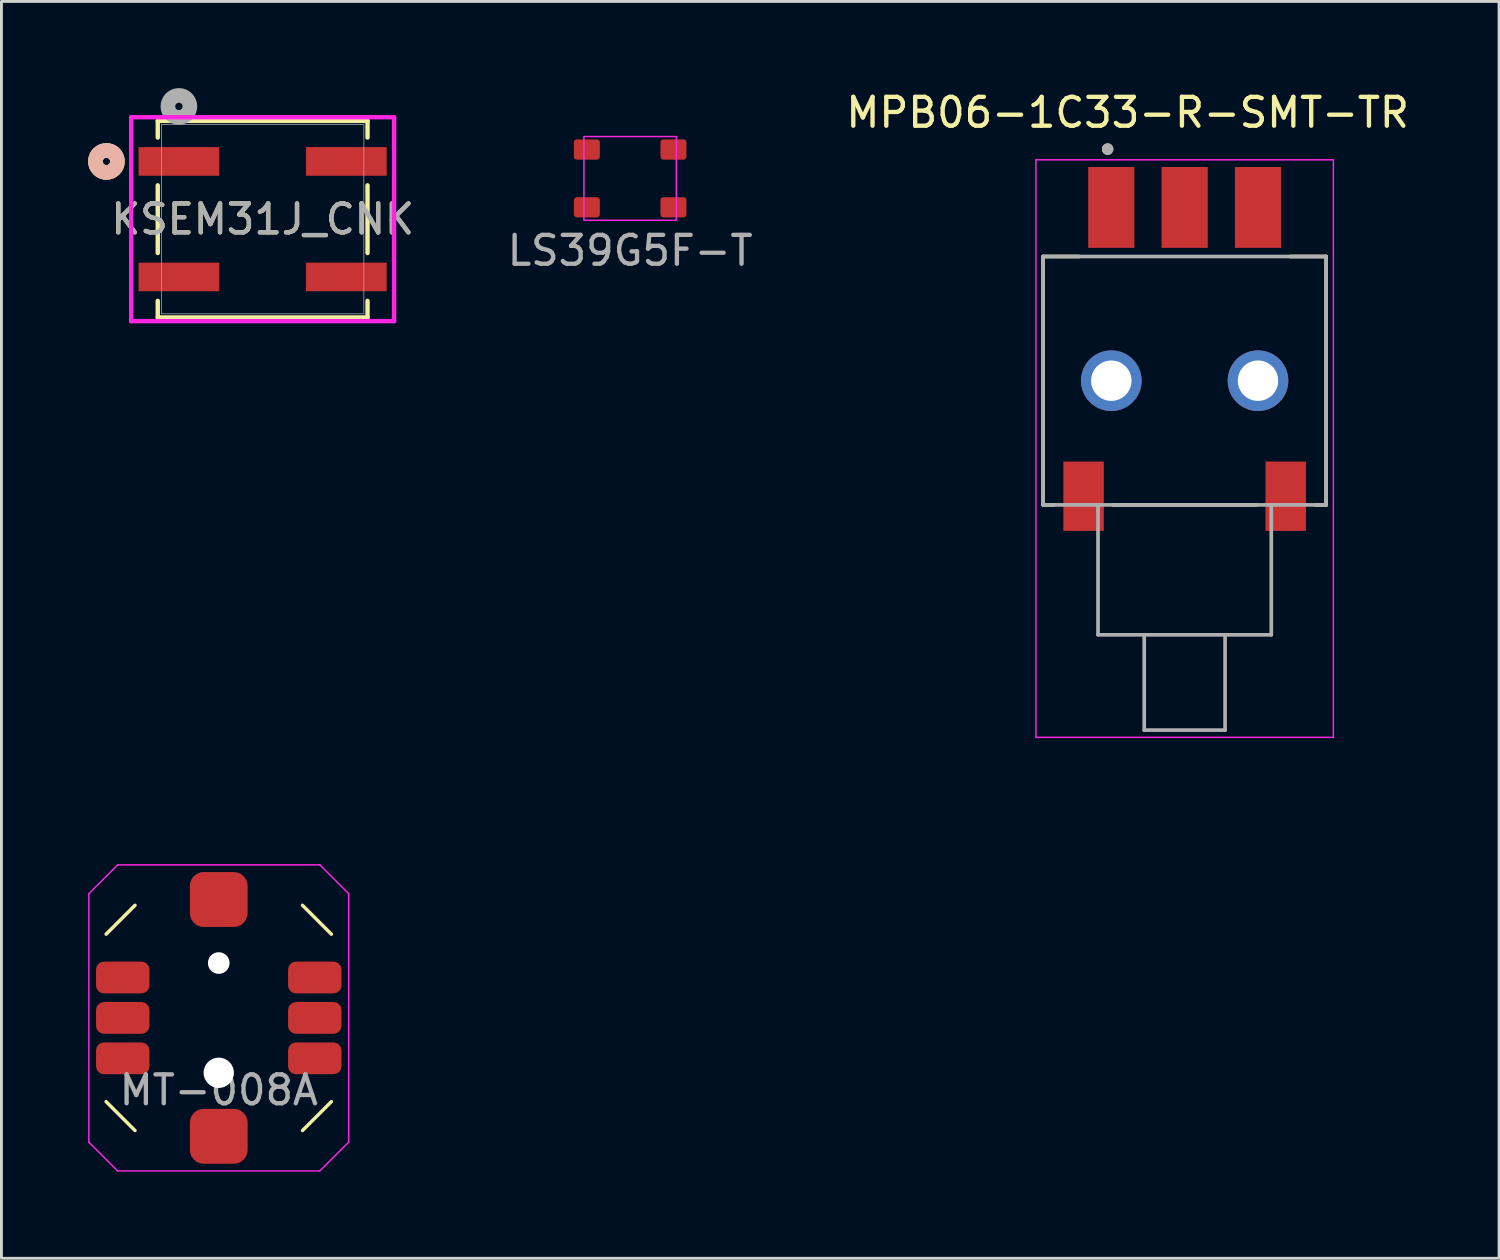
<source format=kicad_pcb>
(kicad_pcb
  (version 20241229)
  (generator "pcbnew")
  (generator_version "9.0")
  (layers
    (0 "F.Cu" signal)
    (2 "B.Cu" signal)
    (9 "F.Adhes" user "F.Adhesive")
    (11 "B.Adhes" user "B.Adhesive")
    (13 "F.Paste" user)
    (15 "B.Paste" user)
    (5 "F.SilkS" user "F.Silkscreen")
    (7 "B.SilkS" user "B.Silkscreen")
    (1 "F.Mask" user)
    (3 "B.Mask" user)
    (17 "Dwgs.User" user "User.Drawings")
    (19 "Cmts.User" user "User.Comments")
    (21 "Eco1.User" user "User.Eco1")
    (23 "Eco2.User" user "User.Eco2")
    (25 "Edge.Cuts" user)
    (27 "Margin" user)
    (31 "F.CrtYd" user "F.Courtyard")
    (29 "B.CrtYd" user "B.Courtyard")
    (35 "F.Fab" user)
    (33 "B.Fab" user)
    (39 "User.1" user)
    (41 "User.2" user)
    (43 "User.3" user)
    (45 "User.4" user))
  (footprint "KSEM31J_CNK"
    (layer "F.Cu")
    (at 6.045 4.54)
    (property "Reference" "KSEM31J_CNK" (at 0 0 0) (unlocked yes) (layer "F.SilkS") (effects (font (size 1 1) (thickness 0.15))))
    (attr smd)
    (fp_line (start -3.632 -3.404) (end -3.632 -2.828) (stroke (width 0.152) (type solid)) (layer "F.SilkS"))
    (fp_line (start -3.632 -1.172) (end -3.632 1.172) (stroke (width 0.152) (type solid)) (layer "F.SilkS"))
    (fp_line (start -3.632 2.828) (end -3.632 3.404) (stroke (width 0.152) (type solid)) (layer "F.SilkS"))
    (fp_line (start -3.632 3.404) (end 3.632 3.404) (stroke (width 0.152) (type solid)) (layer "F.SilkS"))
    (fp_line (start 3.632 -3.404) (end -3.632 -3.404) (stroke (width 0.152) (type solid)) (layer "F.SilkS"))
    (fp_line (start 3.632 -2.828) (end 3.632 -3.404) (stroke (width 0.152) (type solid)) (layer "F.SilkS"))
    (fp_line (start 3.632 1.172) (end 3.632 -1.172) (stroke (width 0.152) (type solid)) (layer "F.SilkS"))
    (fp_line (start 3.632 3.404) (end 3.632 2.828) (stroke (width 0.152) (type solid)) (layer "F.SilkS"))
    (fp_circle (center -5.41 -2) (end -5.029 -2) (stroke (width 0.508) (type solid)) (fill no) (layer "F.SilkS"))
    (fp_circle (center -5.41 -2) (end -5.029 -2) (stroke (width 0.508) (type solid)) (fill no) (layer "B.SilkS"))
    (fp_line (start -4.551 -3.531) (end -4.551 3.531) (stroke (width 0.152) (type solid)) (layer "F.CrtYd"))
    (fp_line (start -4.551 3.531) (end 4.551 3.531) (stroke (width 0.152) (type solid)) (layer "F.CrtYd"))
    (fp_line (start 4.551 -3.531) (end -4.551 -3.531) (stroke (width 0.152) (type solid)) (layer "F.CrtYd"))
    (fp_line (start 4.551 3.531) (end 4.551 -3.531) (stroke (width 0.152) (type solid)) (layer "F.CrtYd"))
    (fp_line (start -3.505 -3.277) (end -3.505 3.277) (stroke (width 0.025) (type solid)) (layer "F.Fab"))
    (fp_line (start -3.505 3.277) (end 3.505 3.277) (stroke (width 0.025) (type solid)) (layer "F.Fab"))
    (fp_line (start 3.505 -3.277) (end -3.505 -3.277) (stroke (width 0.025) (type solid)) (layer "F.Fab"))
    (fp_line (start 3.505 3.277) (end 3.505 -3.277) (stroke (width 0.025) (type solid)) (layer "F.Fab"))
    (fp_circle (center -2.9 -3.905) (end -2.519 -3.905) (stroke (width 0.508) (type solid)) (fill no) (layer "F.Fab"))
    (fp_text user "${REFERENCE}" (at 0 0 0) (unlocked yes) (layer "F.Fab") (effects (font (size 1 1) (thickness 0.15))))
    (pad "1" smd rect (at -2.9 -2) (size 2.794 0.991) (layers "F.Cu" "F.Mask" "F.Paste"))
    (pad "2" smd rect (at 2.9 -2) (size 2.794 0.991) (layers "F.Cu" "F.Mask" "F.Paste"))
    (pad "3" smd rect (at -2.9 2) (size 2.794 0.991) (layers "F.Cu" "F.Mask" "F.Paste"))
    (pad "4" smd rect (at 2.9 2) (size 2.794 0.991) (layers "F.Cu" "F.Mask" "F.Paste")))
  (footprint "MT-008A"
    (layer "F.Cu")
    (at 4.525 32.199)
    (property "Reference" "MT-008A" (at 0.254 -5.842 0) (unlocked yes) (layer "User.2") (effects (font (size 1 1) (thickness 0.15))))
    (attr smd)
    (fp_line (start -3.9 2.9) (end -2.9 3.9) (stroke (width 0.12) (type default)) (layer "F.SilkS"))
    (fp_line (start -2.9 -3.9) (end -3.9 -2.9) (stroke (width 0.12) (type default)) (layer "F.SilkS"))
    (fp_line (start 2.9 -3.9) (end 3.9 -2.9) (stroke (width 0.12) (type default)) (layer "F.SilkS"))
    (fp_line (start 2.9 3.9) (end 3.9 2.9) (stroke (width 0.12) (type default)) (layer "F.SilkS"))
    (fp_line (start -4.5 -4.3) (end -4.5 4.3) (stroke (width 0.05) (type default)) (layer "F.CrtYd"))
    (fp_line (start -3.5 -5.3) (end -4.5 -4.3) (stroke (width 0.05) (type default)) (layer "F.CrtYd"))
    (fp_line (start -3.5 5.3) (end -4.5 4.3) (stroke (width 0.05) (type default)) (layer "F.CrtYd"))
    (fp_line (start 3.5 -5.3) (end -3.5 -5.3) (stroke (width 0.05) (type default)) (layer "F.CrtYd"))
    (fp_line (start 3.5 -5.3) (end 4.5 -4.3) (stroke (width 0.05) (type default)) (layer "F.CrtYd"))
    (fp_line (start 3.5 5.3) (end -3.5 5.3) (stroke (width 0.05) (type default)) (layer "F.CrtYd"))
    (fp_line (start 3.5 5.3) (end 4.5 4.3) (stroke (width 0.05) (type default)) (layer "F.CrtYd"))
    (fp_line (start 4.5 -4.3) (end 4.5 4.3) (stroke (width 0.05) (type default)) (layer "F.CrtYd"))
    (fp_text user "${REFERENCE}" (at 0 2.5 0) (unlocked yes) (layer "F.Fab") (effects (font (size 1 1) (thickness 0.15))))
    (pad "" np_thru_hole circle (at 0 -1.9 180) (size 0.75 0.75) (drill 0.75) (layers "*.Cu"))
    (pad "" np_thru_hole circle (at 0 1.9 180) (size 1.05 1.05) (drill 1.05) (layers "*.Cu"))
    (pad "1" smd roundrect (at -3.325 -1.4 180) (size 1.85 1.1) (layers "F.Cu" "F.Mask" "F.Paste") (roundrect_rratio 0.25))
    (pad "2" smd roundrect (at -3.325 0 180) (size 1.85 1.1) (layers "F.Cu" "F.Mask" "F.Paste") (roundrect_rratio 0.25))
    (pad "3" smd roundrect (at -3.325 1.4 180) (size 1.85 1.1) (layers "F.Cu" "F.Mask" "F.Paste") (roundrect_rratio 0.25))
    (pad "4" smd roundrect (at 3.325 -1.4 180) (size 1.85 1.1) (layers "F.Cu" "F.Mask" "F.Paste") (roundrect_rratio 0.25))
    (pad "5" smd roundrect (at 3.325 0 180) (size 1.85 1.1) (layers "F.Cu" "F.Mask" "F.Paste") (roundrect_rratio 0.25))
    (pad "6" smd roundrect (at 3.325 1.4 180) (size 1.85 1.1) (layers "F.Cu" "F.Mask" "F.Paste") (roundrect_rratio 0.25))
    (pad "SH" smd roundrect (at 0 -4.1 180) (size 2 1.9) (layers "F.Cu" "F.Mask" "F.Paste") (roundrect_rratio 0.25))
    (pad "SH" smd roundrect (at 0 4.1 180) (size 2 1.9) (layers "F.Cu" "F.Mask" "F.Paste") (roundrect_rratio 0.25)))
  (footprint "LS39G5F-T"
    (layer "F.Cu")
    (at 18.771 3.128)
    (property "Reference" "LS39G5F-T" (at 0 -2.28 0) (unlocked yes) (layer "User.2") (effects (font (size 1 1) (thickness 0.15))))
    (attr smd)
    (fp_rect (start -1.6 -1.45) (end 1.6 1.45) (stroke (width 0.05) (type default)) (fill no) (layer "F.CrtYd"))
    (fp_text user "${REFERENCE}" (at 0 2.5 0) (unlocked yes) (layer "F.Fab") (effects (font (size 1 1) (thickness 0.15))))
    (pad "1" smd roundrect (at -1.5 -1) (size 0.9 0.7) (layers "F.Cu" "F.Mask" "F.Paste") (roundrect_rratio 0.147))
    (pad "1" smd roundrect (at 1.5 -1) (size 0.9 0.7) (layers "F.Cu" "F.Mask" "F.Paste") (roundrect_rratio 0.147))
    (pad "2" smd roundrect (at -1.5 1) (size 0.9 0.7) (layers "F.Cu" "F.Mask" "F.Paste") (roundrect_rratio 0.147))
    (pad "2" smd roundrect (at 1.5 1) (size 0.9 0.7) (layers "F.Cu" "F.Mask" "F.Paste") (roundrect_rratio 0.147)))
  (footprint "MPB06-1C33-R-SMT-TR"
    (layer "F.Cu")
    (at 37.973 10.133)
    (property "Reference" "MPB06-1C33-R-SMT-TR" (at -1.975 -9.285 0) (layer "F.SilkS") (effects (font (size 1 1) (thickness 0.15))))
    (attr smd)
    (fp_line (start -4.9 -4.3) (end -4.9 4.3) (stroke (width 0.127) (type solid)) (layer "F.SilkS"))
    (fp_line (start -4.9 -4.3) (end -3.66 -4.3) (stroke (width 0.127) (type solid)) (layer "F.SilkS"))
    (fp_line (start -4.9 4.3) (end -4.52 4.3) (stroke (width 0.127) (type solid)) (layer "F.SilkS"))
    (fp_line (start -2.48 4.3) (end 2.48 4.3) (stroke (width 0.127) (type solid)) (layer "F.SilkS"))
    (fp_line (start 3.66 -4.3) (end 4.9 -4.3) (stroke (width 0.127) (type solid)) (layer "F.SilkS"))
    (fp_line (start 4.52 4.3) (end 4.9 4.3) (stroke (width 0.127) (type solid)) (layer "F.SilkS"))
    (fp_line (start 4.9 -4.3) (end 4.9 4.3) (stroke (width 0.127) (type solid)) (layer "F.SilkS"))
    (fp_circle (center -2.667 -8.019) (end -2.567 -8.019) (stroke (width 0.2) (type solid)) (fill no) (layer "F.SilkS"))
    (fp_line (start -5.15 -7.65) (end -5.15 12.35) (stroke (width 0.05) (type solid)) (layer "F.CrtYd"))
    (fp_line (start -5.15 12.35) (end 5.15 12.35) (stroke (width 0.05) (type solid)) (layer "F.CrtYd"))
    (fp_line (start 5.15 -7.65) (end -5.15 -7.65) (stroke (width 0.05) (type solid)) (layer "F.CrtYd"))
    (fp_line (start 5.15 12.35) (end 5.15 -7.65) (stroke (width 0.05) (type solid)) (layer "F.CrtYd"))
    (fp_line (start -4.9 -4.3) (end -4.9 4.3) (stroke (width 0.127) (type solid)) (layer "F.Fab"))
    (fp_line (start -4.9 -4.3) (end 4.9 -4.3) (stroke (width 0.127) (type solid)) (layer "F.Fab"))
    (fp_line (start -4.9 4.3) (end -3 4.3) (stroke (width 0.127) (type solid)) (layer "F.Fab"))
    (fp_line (start -3 4.3) (end -3 8.8) (stroke (width 0.127) (type solid)) (layer "F.Fab"))
    (fp_line (start -3 4.3) (end 3 4.3) (stroke (width 0.127) (type solid)) (layer "F.Fab"))
    (fp_line (start -3 8.8) (end -1.4 8.8) (stroke (width 0.127) (type solid)) (layer "F.Fab"))
    (fp_line (start -1.4 8.8) (end -1.4 12.1) (stroke (width 0.127) (type solid)) (layer "F.Fab"))
    (fp_line (start -1.4 8.8) (end 1.4 8.8) (stroke (width 0.127) (type solid)) (layer "F.Fab"))
    (fp_line (start -1.4 12.1) (end 1.4 12.1) (stroke (width 0.127) (type solid)) (layer "F.Fab"))
    (fp_line (start 1.4 8.8) (end 1.4 12.1) (stroke (width 0.127) (type solid)) (layer "F.Fab"))
    (fp_line (start 1.4 8.8) (end 3 8.8) (stroke (width 0.127) (type solid)) (layer "F.Fab"))
    (fp_line (start 3 4.3) (end 3 8.8) (stroke (width 0.127) (type solid)) (layer "F.Fab"))
    (fp_line (start 3 4.3) (end 4.9 4.3) (stroke (width 0.127) (type solid)) (layer "F.Fab"))
    (fp_line (start 4.9 -4.3) (end 4.9 4.3) (stroke (width 0.127) (type solid)) (layer "F.Fab"))
    (fp_circle (center -2.667 -8.019) (end -2.567 -8.019) (stroke (width 0.2) (type solid)) (fill no) (layer "F.Fab"))
    (pad "1" smd rect (at -2.54 -6) (size 1.6 2.8) (layers "F.Cu" "F.Mask" "F.Paste"))
    (pad "2" smd rect (at 0 -6) (size 1.6 2.8) (layers "F.Cu" "F.Mask" "F.Paste"))
    (pad "3" smd rect (at 2.54 -6) (size 1.6 2.8) (layers "F.Cu" "F.Mask" "F.Paste"))
    (pad "P1" thru_hole circle (at -2.54 0) (size 2.1 2.1) (drill 1.4) (layers "*.Cu" "*.Mask"))
    (pad "P2" thru_hole circle (at 2.54 0) (size 2.1 2.1) (drill 1.4) (layers "*.Cu" "*.Mask"))
    (pad "P3" smd rect (at -3.5 4) (size 1.4 2.4) (layers "F.Cu" "F.Mask" "F.Paste"))
    (pad "P4" smd rect (at 3.5 4) (size 1.4 2.4) (layers "F.Cu" "F.Mask" "F.Paste")))
  (gr_rect
    (start -3 -3)
    (end 48.861 40.523)
    (stroke (width 0.1) (type default))
    (fill no)
    (layer "Edge.Cuts")))
</source>
